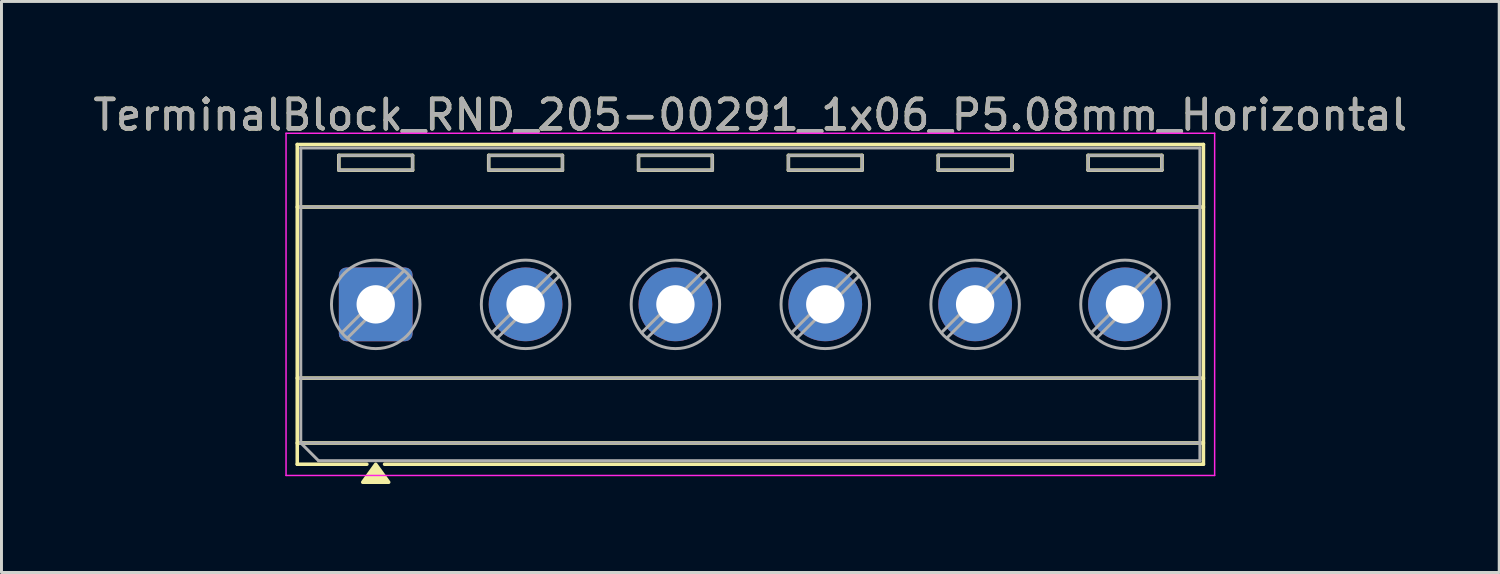
<source format=kicad_pcb>
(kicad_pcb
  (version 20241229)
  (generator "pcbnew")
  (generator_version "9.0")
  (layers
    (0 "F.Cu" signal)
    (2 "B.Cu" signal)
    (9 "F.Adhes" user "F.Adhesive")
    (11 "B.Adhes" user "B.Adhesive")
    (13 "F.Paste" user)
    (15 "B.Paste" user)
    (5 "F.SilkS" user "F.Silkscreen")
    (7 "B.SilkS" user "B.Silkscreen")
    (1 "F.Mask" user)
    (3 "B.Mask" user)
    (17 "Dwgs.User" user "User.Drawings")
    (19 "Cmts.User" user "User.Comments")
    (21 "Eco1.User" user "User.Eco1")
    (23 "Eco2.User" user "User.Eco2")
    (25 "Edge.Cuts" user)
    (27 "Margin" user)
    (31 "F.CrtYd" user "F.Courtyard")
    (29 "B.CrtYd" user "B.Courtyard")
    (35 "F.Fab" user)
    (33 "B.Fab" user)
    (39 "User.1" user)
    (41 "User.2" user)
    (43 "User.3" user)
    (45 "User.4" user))
  (footprint "TerminalBlock_RND_205-00291_1x06_P5.08mm_Horizontal"
    (layer "F.Cu")
    (at 9.687 7.268)
    (property "Reference" "TerminalBlock_RND_205-00291_1x06_P5.08mm_Horizontal" (at 12.7 -6.42 0) (layer "F.SilkS") (effects (font (size 1 1) (thickness 0.15))))
    (attr through_hole)
    (fp_line (start -2.66 -5.42) (end -2.66 5.42) (stroke (width 0.12) (type solid)) (layer "F.SilkS"))
    (fp_line (start -2.66 -5.42) (end 28.06 -5.42) (stroke (width 0.12) (type solid)) (layer "F.SilkS"))
    (fp_line (start -2.66 -3.3) (end 28.06 -3.3) (stroke (width 0.12) (type solid)) (layer "F.SilkS"))
    (fp_line (start -2.66 2.5) (end 28.06 2.5) (stroke (width 0.12) (type solid)) (layer "F.SilkS"))
    (fp_line (start -2.66 4.7) (end 28.06 4.7) (stroke (width 0.12) (type solid)) (layer "F.SilkS"))
    (fp_line (start -2.66 5.42) (end -0.3 5.42) (stroke (width 0.12) (type solid)) (layer "F.SilkS"))
    (fp_line (start -1.25 -5.05) (end -1.25 -4.55) (stroke (width 0.12) (type solid)) (layer "F.SilkS"))
    (fp_line (start -1.25 -5.05) (end 1.25 -5.05) (stroke (width 0.12) (type solid)) (layer "F.SilkS"))
    (fp_line (start -1.25 -4.55) (end 1.25 -4.55) (stroke (width 0.12) (type solid)) (layer "F.SilkS"))
    (fp_line (start 0.3 5.42) (end 28.06 5.42) (stroke (width 0.12) (type solid)) (layer "F.SilkS"))
    (fp_line (start 1.25 -5.05) (end 1.25 -4.55) (stroke (width 0.12) (type solid)) (layer "F.SilkS"))
    (fp_line (start 3.83 -5.05) (end 3.83 -4.55) (stroke (width 0.12) (type solid)) (layer "F.SilkS"))
    (fp_line (start 3.83 -5.05) (end 6.33 -5.05) (stroke (width 0.12) (type solid)) (layer "F.SilkS"))
    (fp_line (start 3.83 -4.55) (end 6.33 -4.55) (stroke (width 0.12) (type solid)) (layer "F.SilkS"))
    (fp_line (start 6.33 -5.05) (end 6.33 -4.55) (stroke (width 0.12) (type solid)) (layer "F.SilkS"))
    (fp_line (start 8.91 -5.05) (end 8.91 -4.55) (stroke (width 0.12) (type solid)) (layer "F.SilkS"))
    (fp_line (start 8.91 -5.05) (end 11.41 -5.05) (stroke (width 0.12) (type solid)) (layer "F.SilkS"))
    (fp_line (start 8.91 -4.55) (end 11.41 -4.55) (stroke (width 0.12) (type solid)) (layer "F.SilkS"))
    (fp_line (start 11.41 -5.05) (end 11.41 -4.55) (stroke (width 0.12) (type solid)) (layer "F.SilkS"))
    (fp_line (start 13.99 -5.05) (end 13.99 -4.55) (stroke (width 0.12) (type solid)) (layer "F.SilkS"))
    (fp_line (start 13.99 -5.05) (end 16.49 -5.05) (stroke (width 0.12) (type solid)) (layer "F.SilkS"))
    (fp_line (start 13.99 -4.55) (end 16.49 -4.55) (stroke (width 0.12) (type solid)) (layer "F.SilkS"))
    (fp_line (start 16.49 -5.05) (end 16.49 -4.55) (stroke (width 0.12) (type solid)) (layer "F.SilkS"))
    (fp_line (start 19.07 -5.05) (end 19.07 -4.55) (stroke (width 0.12) (type solid)) (layer "F.SilkS"))
    (fp_line (start 19.07 -5.05) (end 21.57 -5.05) (stroke (width 0.12) (type solid)) (layer "F.SilkS"))
    (fp_line (start 19.07 -4.55) (end 21.57 -4.55) (stroke (width 0.12) (type solid)) (layer "F.SilkS"))
    (fp_line (start 21.57 -5.05) (end 21.57 -4.55) (stroke (width 0.12) (type solid)) (layer "F.SilkS"))
    (fp_line (start 24.15 -5.05) (end 24.15 -4.55) (stroke (width 0.12) (type solid)) (layer "F.SilkS"))
    (fp_line (start 24.15 -5.05) (end 26.65 -5.05) (stroke (width 0.12) (type solid)) (layer "F.SilkS"))
    (fp_line (start 24.15 -4.55) (end 26.65 -4.55) (stroke (width 0.12) (type solid)) (layer "F.SilkS"))
    (fp_line (start 26.65 -5.05) (end 26.65 -4.55) (stroke (width 0.12) (type solid)) (layer "F.SilkS"))
    (fp_line (start 28.06 -5.42) (end 28.06 5.42) (stroke (width 0.12) (type solid)) (layer "F.SilkS"))
    (fp_poly (pts (xy 0 5.42) (xy 0.44 6.03) (xy -0.44 6.03)) (stroke (width 0.12) (type solid)) (fill yes) (layer "F.SilkS"))
    (fp_line (start -3.04 -5.8) (end -3.04 5.8) (stroke (width 0.05) (type solid)) (layer "F.CrtYd"))
    (fp_line (start -3.04 5.8) (end 28.44 5.8) (stroke (width 0.05) (type solid)) (layer "F.CrtYd"))
    (fp_line (start 28.44 -5.8) (end -3.04 -5.8) (stroke (width 0.05) (type solid)) (layer "F.CrtYd"))
    (fp_line (start 28.44 5.8) (end 28.44 -5.8) (stroke (width 0.05) (type solid)) (layer "F.CrtYd"))
    (fp_line (start -2.54 -5.3) (end 27.94 -5.3) (stroke (width 0.1) (type solid)) (layer "F.Fab"))
    (fp_line (start -2.54 -3.3) (end 27.94 -3.3) (stroke (width 0.1) (type solid)) (layer "F.Fab"))
    (fp_line (start -2.54 2.5) (end 27.94 2.5) (stroke (width 0.1) (type solid)) (layer "F.Fab"))
    (fp_line (start -2.54 4.7) (end -2.54 -5.3) (stroke (width 0.1) (type solid)) (layer "F.Fab"))
    (fp_line (start -2.54 4.7) (end 27.94 4.7) (stroke (width 0.1) (type solid)) (layer "F.Fab"))
    (fp_line (start -1.94 5.3) (end -2.54 4.7) (stroke (width 0.1) (type solid)) (layer "F.Fab"))
    (fp_line (start -1.25 -5.05) (end -1.25 -4.55) (stroke (width 0.1) (type solid)) (layer "F.Fab"))
    (fp_line (start -1.25 -4.55) (end 1.25 -4.55) (stroke (width 0.1) (type solid)) (layer "F.Fab"))
    (fp_line (start 0.955 -1.138) (end -1.138 0.955) (stroke (width 0.1) (type solid)) (layer "F.Fab"))
    (fp_line (start 1.138 -0.955) (end -0.955 1.138) (stroke (width 0.1) (type solid)) (layer "F.Fab"))
    (fp_line (start 1.25 -5.05) (end -1.25 -5.05) (stroke (width 0.1) (type solid)) (layer "F.Fab"))
    (fp_line (start 1.25 -4.55) (end 1.25 -5.05) (stroke (width 0.1) (type solid)) (layer "F.Fab"))
    (fp_line (start 3.83 -5.05) (end 3.83 -4.55) (stroke (width 0.1) (type solid)) (layer "F.Fab"))
    (fp_line (start 3.83 -4.55) (end 6.33 -4.55) (stroke (width 0.1) (type solid)) (layer "F.Fab"))
    (fp_line (start 6.035 -1.138) (end 3.942 0.955) (stroke (width 0.1) (type solid)) (layer "F.Fab"))
    (fp_line (start 6.218 -0.955) (end 4.125 1.138) (stroke (width 0.1) (type solid)) (layer "F.Fab"))
    (fp_line (start 6.33 -5.05) (end 3.83 -5.05) (stroke (width 0.1) (type solid)) (layer "F.Fab"))
    (fp_line (start 6.33 -4.55) (end 6.33 -5.05) (stroke (width 0.1) (type solid)) (layer "F.Fab"))
    (fp_line (start 8.91 -5.05) (end 8.91 -4.55) (stroke (width 0.1) (type solid)) (layer "F.Fab"))
    (fp_line (start 8.91 -4.55) (end 11.41 -4.55) (stroke (width 0.1) (type solid)) (layer "F.Fab"))
    (fp_line (start 11.115 -1.138) (end 9.022 0.955) (stroke (width 0.1) (type solid)) (layer "F.Fab"))
    (fp_line (start 11.298 -0.955) (end 9.205 1.138) (stroke (width 0.1) (type solid)) (layer "F.Fab"))
    (fp_line (start 11.41 -5.05) (end 8.91 -5.05) (stroke (width 0.1) (type solid)) (layer "F.Fab"))
    (fp_line (start 11.41 -4.55) (end 11.41 -5.05) (stroke (width 0.1) (type solid)) (layer "F.Fab"))
    (fp_line (start 13.99 -5.05) (end 13.99 -4.55) (stroke (width 0.1) (type solid)) (layer "F.Fab"))
    (fp_line (start 13.99 -4.55) (end 16.49 -4.55) (stroke (width 0.1) (type solid)) (layer "F.Fab"))
    (fp_line (start 16.195 -1.138) (end 14.102 0.955) (stroke (width 0.1) (type solid)) (layer "F.Fab"))
    (fp_line (start 16.378 -0.955) (end 14.285 1.138) (stroke (width 0.1) (type solid)) (layer "F.Fab"))
    (fp_line (start 16.49 -5.05) (end 13.99 -5.05) (stroke (width 0.1) (type solid)) (layer "F.Fab"))
    (fp_line (start 16.49 -4.55) (end 16.49 -5.05) (stroke (width 0.1) (type solid)) (layer "F.Fab"))
    (fp_line (start 19.07 -5.05) (end 19.07 -4.55) (stroke (width 0.1) (type solid)) (layer "F.Fab"))
    (fp_line (start 19.07 -4.55) (end 21.57 -4.55) (stroke (width 0.1) (type solid)) (layer "F.Fab"))
    (fp_line (start 21.275 -1.138) (end 19.182 0.955) (stroke (width 0.1) (type solid)) (layer "F.Fab"))
    (fp_line (start 21.458 -0.955) (end 19.365 1.138) (stroke (width 0.1) (type solid)) (layer "F.Fab"))
    (fp_line (start 21.57 -5.05) (end 19.07 -5.05) (stroke (width 0.1) (type solid)) (layer "F.Fab"))
    (fp_line (start 21.57 -4.55) (end 21.57 -5.05) (stroke (width 0.1) (type solid)) (layer "F.Fab"))
    (fp_line (start 24.15 -5.05) (end 24.15 -4.55) (stroke (width 0.1) (type solid)) (layer "F.Fab"))
    (fp_line (start 24.15 -4.55) (end 26.65 -4.55) (stroke (width 0.1) (type solid)) (layer "F.Fab"))
    (fp_line (start 26.355 -1.138) (end 24.262 0.955) (stroke (width 0.1) (type solid)) (layer "F.Fab"))
    (fp_line (start 26.538 -0.955) (end 24.445 1.138) (stroke (width 0.1) (type solid)) (layer "F.Fab"))
    (fp_line (start 26.65 -5.05) (end 24.15 -5.05) (stroke (width 0.1) (type solid)) (layer "F.Fab"))
    (fp_line (start 26.65 -4.55) (end 26.65 -5.05) (stroke (width 0.1) (type solid)) (layer "F.Fab"))
    (fp_line (start 27.94 -5.3) (end 27.94 5.3) (stroke (width 0.1) (type solid)) (layer "F.Fab"))
    (fp_line (start 27.94 5.3) (end -1.94 5.3) (stroke (width 0.1) (type solid)) (layer "F.Fab"))
    (fp_circle (center 0 0) (end 1.5 0) (stroke (width 0.1) (type solid)) (fill no) (layer "F.Fab"))
    (fp_circle (center 5.08 0) (end 6.58 0) (stroke (width 0.1) (type solid)) (fill no) (layer "F.Fab"))
    (fp_circle (center 10.16 0) (end 11.66 0) (stroke (width 0.1) (type solid)) (fill no) (layer "F.Fab"))
    (fp_circle (center 15.24 0) (end 16.74 0) (stroke (width 0.1) (type solid)) (fill no) (layer "F.Fab"))
    (fp_circle (center 20.32 0) (end 21.82 0) (stroke (width 0.1) (type solid)) (fill no) (layer "F.Fab"))
    (fp_circle (center 25.4 0) (end 26.9 0) (stroke (width 0.1) (type solid)) (fill no) (layer "F.Fab"))
    (fp_text user "${REFERENCE}" (at 12.7 -6.42 0) (layer "F.Fab") (effects (font (size 1 1) (thickness 0.15))))
    (pad "1" thru_hole roundrect (at 0 0) (size 2.5 2.5) (drill 1.3) (layers "*.Cu" "*.Mask") (roundrect_rratio 0.1))
    (pad "2" thru_hole circle (at 5.08 0) (size 2.5 2.5) (drill 1.3) (layers "*.Cu" "*.Mask"))
    (pad "3" thru_hole circle (at 10.16 0) (size 2.5 2.5) (drill 1.3) (layers "*.Cu" "*.Mask"))
    (pad "4" thru_hole circle (at 15.24 0) (size 2.5 2.5) (drill 1.3) (layers "*.Cu" "*.Mask"))
    (pad "5" thru_hole circle (at 20.32 0) (size 2.5 2.5) (drill 1.3) (layers "*.Cu" "*.Mask"))
    (pad "6" thru_hole circle (at 25.4 0) (size 2.5 2.5) (drill 1.3) (layers "*.Cu" "*.Mask")))
  (gr_rect
    (start -3 -3)
    (end 47.774 16.358)
    (stroke (width 0.1) (type default))
    (fill no)
    (layer "Edge.Cuts")))
</source>
